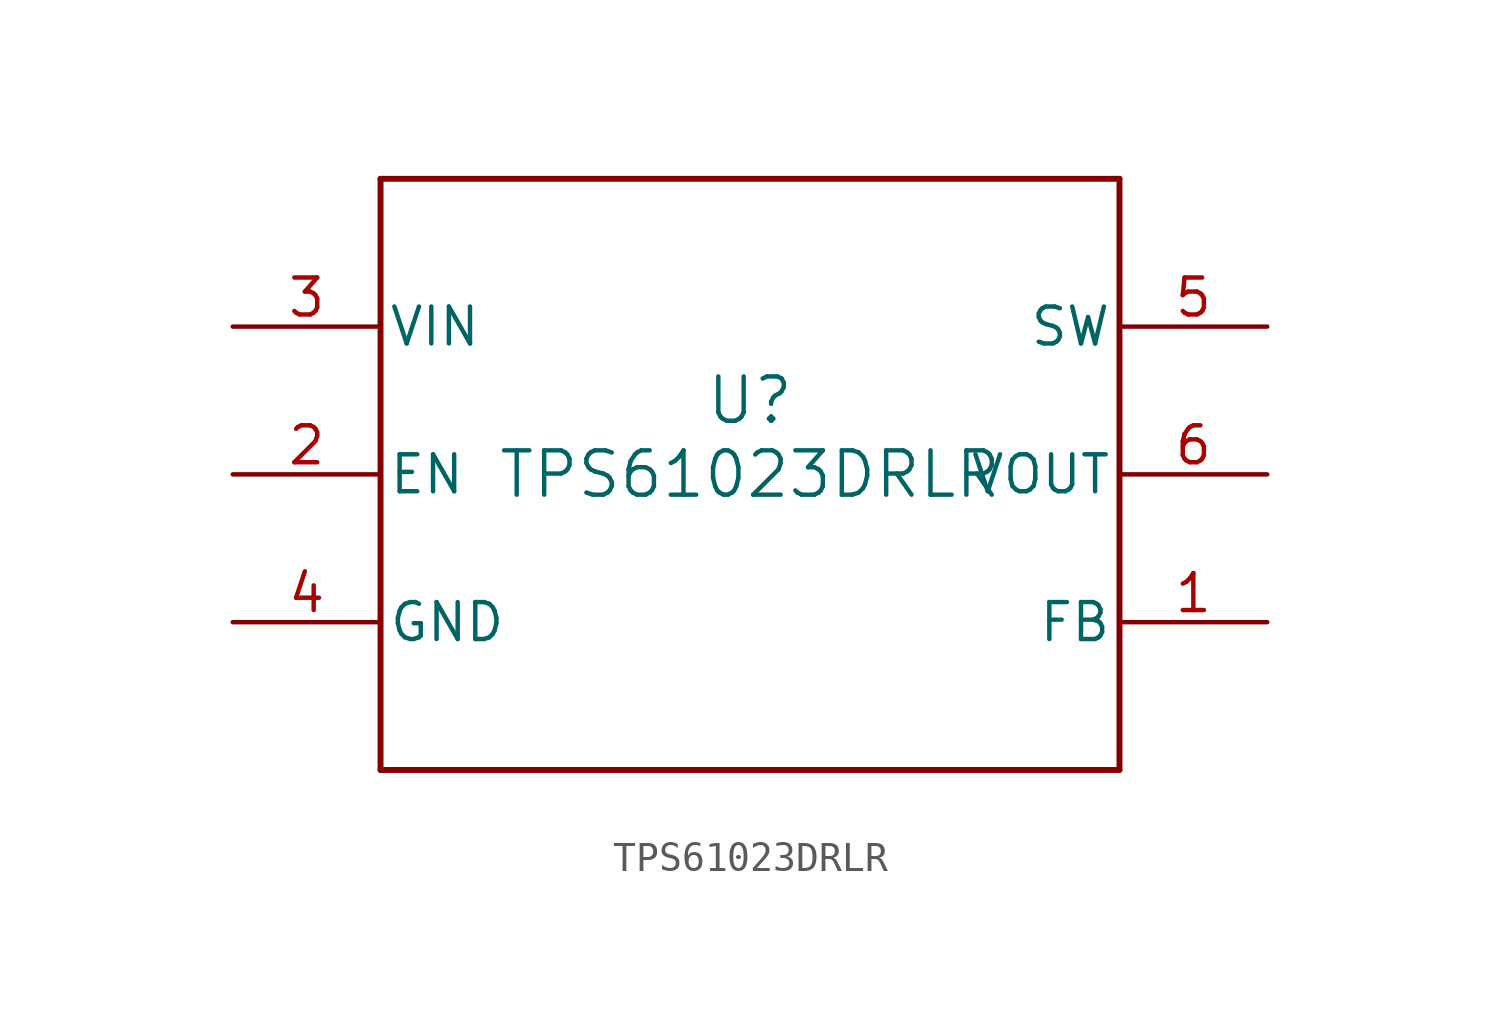
<source format=kicad_sym>
(kicad_symbol_lib
  (version 20211014)
  (generator kicad_symbol_editor)
  (symbol "TPS61023DRLR"
    (pin_names
      (offset 0.254))
    (property "Reference" "U"
      (at 0 2.54 0)
      (effects (font (size 1.524 1.524))))
    (property "Value" "TPS61023DRLR"
      (at 0 0 0)
      (effects (font (size 1.524 1.524))))
    (symbol "TPS61023DRLR_0_1"
      (polyline (pts (xy -12.7 -10.16) (xy 12.7 -10.16)) (stroke (width 0.203) (type default) (color 0 0 0 0)) (fill (type none)))
      (polyline (pts (xy 12.7 -10.16) (xy 12.7 10.16)) (stroke (width 0.203) (type default) (color 0 0 0 0)) (fill (type none)))
      (polyline (pts (xy 12.7 10.16) (xy -12.7 10.16)) (stroke (width 0.203) (type default) (color 0 0 0 0)) (fill (type none)))
      (polyline (pts (xy -12.7 10.16) (xy -12.7 -10.16)) (stroke (width 0.203) (type default) (color 0 0 0 0)) (fill (type none)))
      (pin input line (at 17.78 -5.08 180) (length 5.08) (name "FB" (effects (font (size 1.27 1.27)))) (number "1" (effects (font (size 1.27 1.27)))))
      (pin input line (at -17.78 0 0) (length 5.08) (name "EN" (effects (font (size 1.27 1.27)))) (number "2" (effects (font (size 1.27 1.27)))))
      (pin power_in line (at -17.78 5.08 0) (length 5.08) (name "VIN" (effects (font (size 1.27 1.27)))) (number "3" (effects (font (size 1.27 1.27)))))
      (pin power_in line (at -17.78 -5.08 0) (length 5.08) (name "GND" (effects (font (size 1.27 1.27)))) (number "4" (effects (font (size 1.27 1.27)))))
      (pin power_in line (at 17.78 5.08 180) (length 5.08) (name "SW" (effects (font (size 1.27 1.27)))) (number "5" (effects (font (size 1.27 1.27)))))
      (pin power_in line (at 17.78 0 180) (length 5.08) (name "VOUT" (effects (font (size 1.27 1.27)))) (number "6" (effects (font (size 1.27 1.27))))))))
</source>
